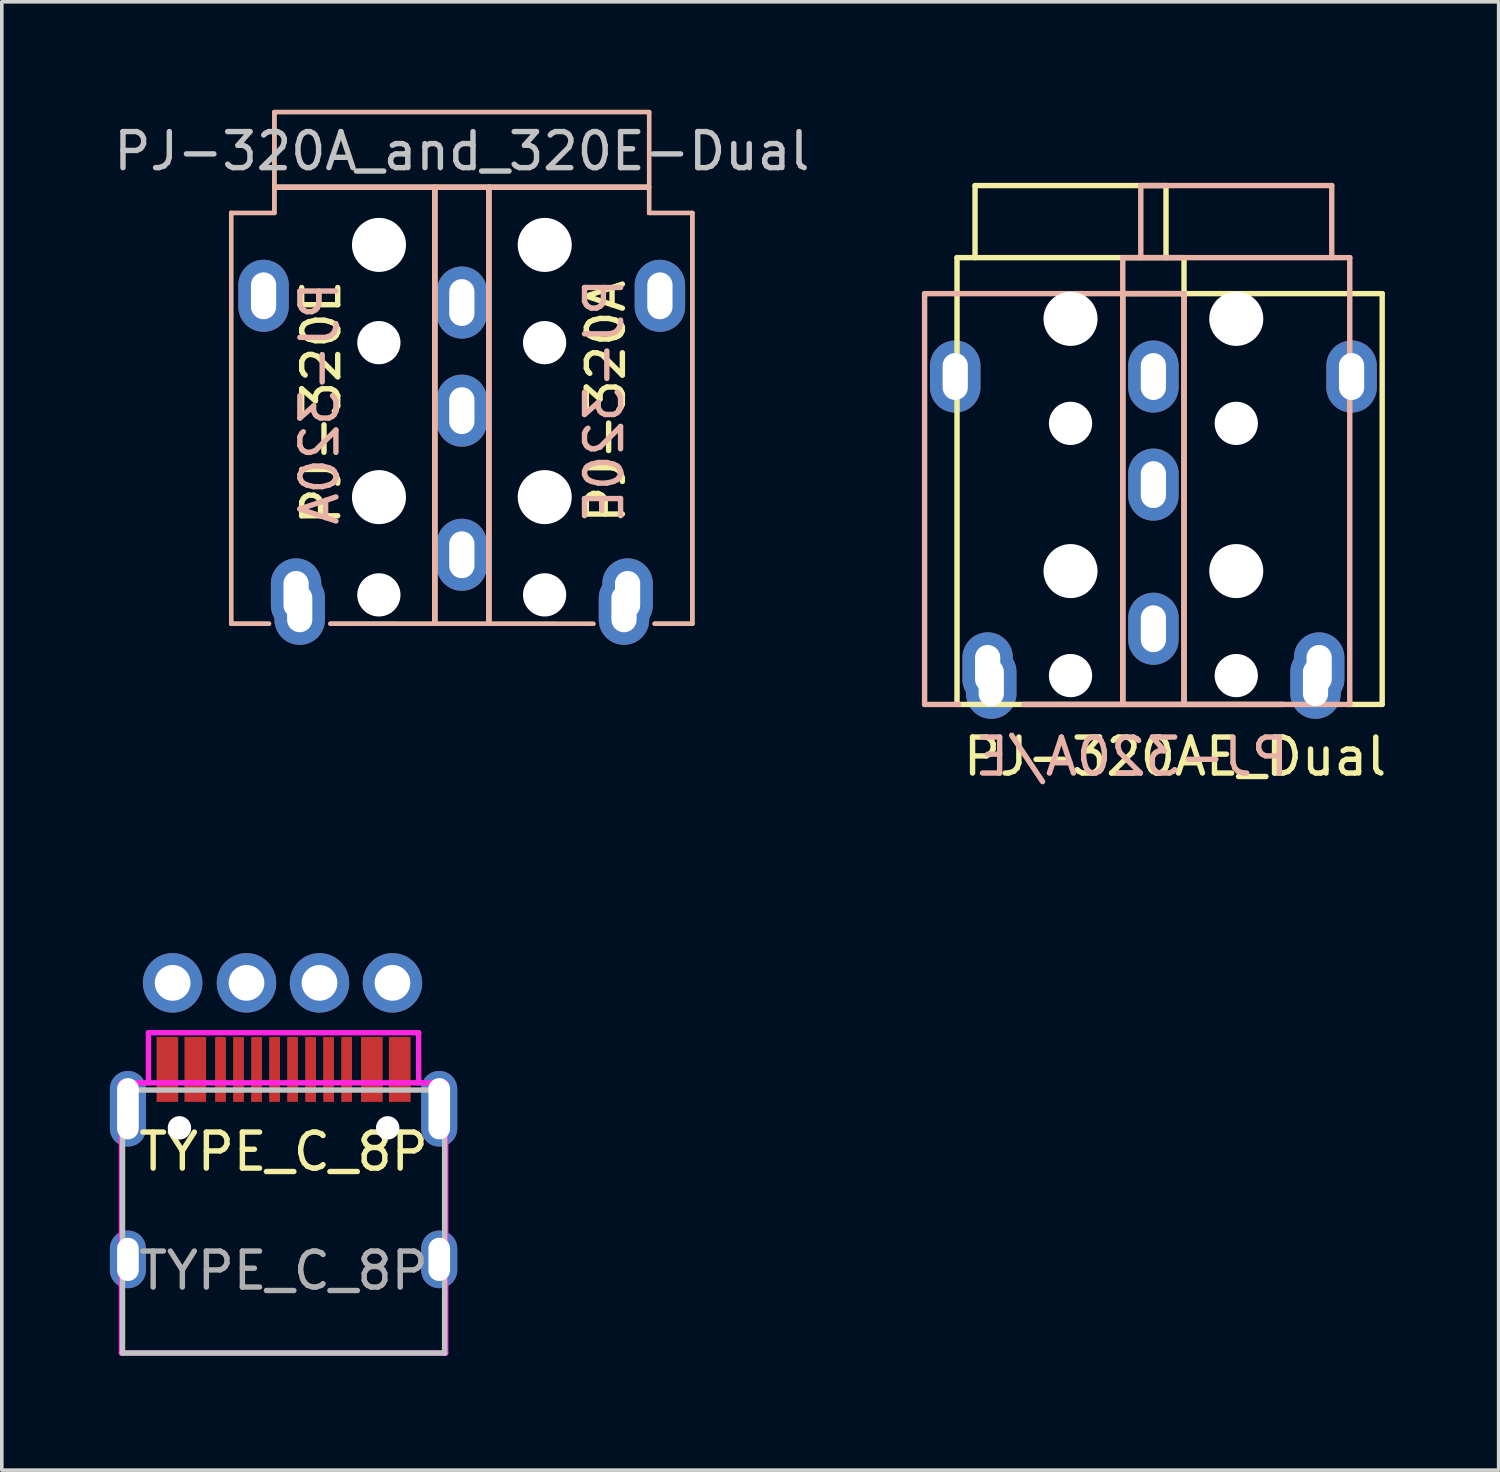
<source format=kicad_pcb>
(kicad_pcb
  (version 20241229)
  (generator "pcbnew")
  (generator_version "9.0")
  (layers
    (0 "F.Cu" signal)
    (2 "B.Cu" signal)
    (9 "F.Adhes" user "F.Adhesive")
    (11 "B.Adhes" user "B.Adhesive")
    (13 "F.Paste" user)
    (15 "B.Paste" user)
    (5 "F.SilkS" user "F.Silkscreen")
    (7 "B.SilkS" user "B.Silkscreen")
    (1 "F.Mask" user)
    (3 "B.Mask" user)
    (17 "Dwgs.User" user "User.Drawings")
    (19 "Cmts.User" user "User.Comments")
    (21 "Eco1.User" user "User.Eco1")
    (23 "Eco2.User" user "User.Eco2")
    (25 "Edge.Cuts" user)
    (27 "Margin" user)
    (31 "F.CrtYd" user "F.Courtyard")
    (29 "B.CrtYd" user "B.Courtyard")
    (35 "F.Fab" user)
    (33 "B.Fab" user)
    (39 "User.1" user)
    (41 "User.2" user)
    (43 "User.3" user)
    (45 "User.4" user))
  (footprint "TYPE_C_8P"
    (layer "F.Cu")
    (at 4.82 34.502)
    (property "Reference" "TYPE_C_8P" (at 0 -5.588 0) (layer "F.SilkS") (effects (font (size 1 1) (thickness 0.15))))
    (attr smd)
    (fp_line (start -4.47 -7.3) (end 4.47 -7.3) (stroke (width 0.15) (type solid)) (layer "Dwgs.User"))
    (fp_line (start -4.47 0) (end -4.47 -7.3) (stroke (width 0.15) (type solid)) (layer "Dwgs.User"))
    (fp_line (start -4.47 0) (end 4.47 0) (stroke (width 0.15) (type solid)) (layer "Dwgs.User"))
    (fp_line (start 4.47 0) (end 4.47 -7.3) (stroke (width 0.15) (type solid)) (layer "Dwgs.User"))
    (fp_line (start -4.5 -7.5) (end 4.5 -7.5) (stroke (width 0.15) (type solid)) (layer "F.CrtYd"))
    (fp_line (start -4.5 0) (end -4.5 -7.5) (stroke (width 0.15) (type solid)) (layer "F.CrtYd"))
    (fp_line (start -3.75 -7.5) (end -3.75 -8.89) (stroke (width 0.15) (type solid)) (layer "F.CrtYd"))
    (fp_line (start -3.747 -8.89) (end 3.753 -8.89) (stroke (width 0.15) (type solid)) (layer "F.CrtYd"))
    (fp_line (start 3.747 -8.89) (end 3.75 -7.5) (stroke (width 0.15) (type solid)) (layer "F.CrtYd"))
    (fp_line (start 4.5 -7.5) (end 4.5 0) (stroke (width 0.15) (type solid)) (layer "F.CrtYd"))
    (fp_line (start 4.5 0) (end -4.5 0) (stroke (width 0.15) (type solid)) (layer "F.CrtYd"))
    (fp_text user "N" (at -1.029 -11.855 0) (layer "Eco2.User") (effects (font (size 1 1) (thickness 0.15))))
    (fp_text user "V" (at -3.079 -11.855 0) (layer "Eco2.User") (effects (font (size 1 1) (thickness 0.15))))
    (fp_text user "Top View" (at 0 -4.064 0) (layer "Eco2.User") (effects (font (size 1 1) (thickness 0.15))))
    (fp_text user "G" (at 3.022 -11.855 0) (layer "Eco2.User") (effects (font (size 1 1) (thickness 0.15))))
    (fp_text user "P" (at 0.997 -11.855 0) (layer "Eco2.User") (effects (font (size 1 1) (thickness 0.15))))
    (fp_text user "${REFERENCE}" (at 0 -2.286 0) (layer "F.Fab") (effects (font (size 1 1) (thickness 0.15))))
    (pad "" np_thru_hole circle (at -2.89 -6.25) (size 0.65 0.65) (drill 0.65) (layers "*.Cu" "*.Mask"))
    (pad "" np_thru_hole circle (at 2.89 -6.25) (size 0.65 0.65) (drill 0.65) (layers "*.Cu" "*.Mask"))
    (pad "1" smd rect (at -3.225 -7.87) (size 0.6 1.8) (layers "F.Cu" "F.Mask" "F.Paste"))
    (pad "2" thru_hole circle (at -3.079 -10.274) (size 1.651 1.651) (drill 0.991) (layers "*.Cu" "*.Mask"))
    (pad "2" smd rect (at -2.45 -7.87) (size 0.6 1.8) (layers "F.Cu" "F.Mask" "F.Paste"))
    (pad "3" smd rect (at -1.75 -7.87) (size 0.3 1.8) (layers "F.Cu" "F.Mask" "F.Paste"))
    (pad "4" smd rect (at -1.25 -7.87) (size 0.3 1.8) (layers "F.Cu" "F.Mask" "F.Paste"))
    (pad "5" thru_hole circle (at -1.029 -10.274) (size 1.651 1.651) (drill 0.991) (layers "*.Cu" "*.Mask"))
    (pad "5" smd custom (at -0.75 -7.87) (size 0.3 1.8) (layers "F.Cu" "F.Mask" "F.Paste") (options (anchor rect)) (primitives))
    (pad "6" smd rect (at -0.25 -7.87) (size 0.3 1.8) (layers "F.Cu" "F.Mask" "F.Paste"))
    (pad "7" smd rect (at 0.25 -7.87) (size 0.3 1.8) (layers "F.Cu" "F.Mask" "F.Paste"))
    (pad "8" smd rect (at 0.75 -7.87) (size 0.3 1.8) (layers "F.Cu" "F.Mask" "F.Paste"))
    (pad "8" thru_hole circle (at 0.997 -10.274) (size 1.651 1.651) (drill 0.991) (layers "*.Cu" "*.Mask"))
    (pad "9" smd rect (at 1.25 -7.87) (size 0.3 1.8) (layers "F.Cu" "F.Mask" "F.Paste"))
    (pad "10" smd rect (at 1.75 -7.87) (size 0.3 1.8) (layers "F.Cu" "F.Mask" "F.Paste"))
    (pad "11" smd rect (at 2.45 -7.87) (size 0.6 1.8) (layers "F.Cu" "F.Mask" "F.Paste"))
    (pad "12" thru_hole circle (at 3.022 -10.274) (size 1.651 1.651) (drill 0.991) (layers "*.Cu" "*.Mask"))
    (pad "12" smd rect (at 3.225 -7.87) (size 0.6 1.8) (layers "F.Cu" "F.Mask" "F.Paste"))
    (pad "13" thru_hole oval (at -4.32 -6.78) (size 1 2.1) (drill oval 0.6 1.7) (layers "*.Cu" "*.Mask"))
    (pad "13" thru_hole oval (at -4.32 -2.6) (size 1 1.6) (drill oval 0.6 1.2) (layers "*.Cu" "*.Mask"))
    (pad "13" thru_hole oval (at 4.32 -6.78) (size 1 2.1) (drill oval 0.6 1.7) (layers "*.Cu" "*.Mask"))
    (pad "13" thru_hole oval (at 4.32 -2.6) (size 1 1.6) (drill oval 0.6 1.2) (layers "*.Cu" "*.Mask")))
  (footprint "PJ-320A_and_320E-Dual"
    (layer "F.Cu")
    (at 9.768 2.147)
    (property "Reference" "PJ-320A_and_320E-Dual" (at 0 -1 0) (layer "Dwgs.User") (effects (font (size 1 1) (thickness 0.15))))
    (attr through_hole)
    (fp_line (start -6.403 0.713) (end -6.403 12.113) (stroke (width 0.12) (type solid)) (layer "F.SilkS"))
    (fp_line (start -6.403 12.113) (end -5.35 12.113) (stroke (width 0.12) (type solid)) (layer "F.SilkS"))
    (fp_line (start -5.203 -2.087) (end 5.197 -2.087) (stroke (width 0.12) (type solid)) (layer "F.SilkS"))
    (fp_line (start -5.203 0.713) (end -6.403 0.713) (stroke (width 0.12) (type solid)) (layer "F.SilkS"))
    (fp_line (start -5.203 0.713) (end -5.203 -2.087) (stroke (width 0.12) (type solid)) (layer "F.SilkS"))
    (fp_line (start -3.65 12.113) (end 3.65 12.116) (stroke (width 0.12) (type solid)) (layer "F.SilkS"))
    (fp_line (start -0.75 0) (end -0.75 12.09) (stroke (width 0.15) (type solid)) (layer "F.SilkS"))
    (fp_line (start 0.75 0) (end 0.75 12.09) (stroke (width 0.15) (type solid)) (layer "F.SilkS"))
    (fp_line (start 5.182 0) (end -5.182 0) (stroke (width 0.15) (type solid)) (layer "F.SilkS"))
    (fp_line (start 5.197 0.713) (end 5.197 -2.087) (stroke (width 0.12) (type solid)) (layer "F.SilkS"))
    (fp_line (start 5.197 0.713) (end 6.397 0.713) (stroke (width 0.12) (type solid)) (layer "F.SilkS"))
    (fp_line (start 6.397 0.713) (end 6.397 12.113) (stroke (width 0.12) (type solid)) (layer "F.SilkS"))
    (fp_line (start 6.397 12.113) (end 5.35 12.113) (stroke (width 0.12) (type solid)) (layer "F.SilkS"))
    (fp_line (start -6.403 0.713) (end -6.403 12.113) (stroke (width 0.12) (type solid)) (layer "B.SilkS"))
    (fp_line (start -6.403 12.113) (end -5.35 12.113) (stroke (width 0.12) (type solid)) (layer "B.SilkS"))
    (fp_line (start -5.203 -2.087) (end 5.197 -2.087) (stroke (width 0.12) (type solid)) (layer "B.SilkS"))
    (fp_line (start -5.203 0.713) (end -6.403 0.713) (stroke (width 0.12) (type solid)) (layer "B.SilkS"))
    (fp_line (start -5.203 0.713) (end -5.203 -2.087) (stroke (width 0.12) (type solid)) (layer "B.SilkS"))
    (fp_line (start -5.182 0) (end 5.182 0) (stroke (width 0.15) (type solid)) (layer "B.SilkS"))
    (fp_line (start -3.65 12.113) (end 3.65 12.116) (stroke (width 0.12) (type solid)) (layer "B.SilkS"))
    (fp_line (start -0.75 0) (end -0.75 12.09) (stroke (width 0.15) (type solid)) (layer "B.SilkS"))
    (fp_line (start 0.75 0) (end 0.75 12.09) (stroke (width 0.15) (type solid)) (layer "B.SilkS"))
    (fp_line (start 5.197 0.713) (end 5.197 -2.087) (stroke (width 0.12) (type solid)) (layer "B.SilkS"))
    (fp_line (start 5.197 0.713) (end 6.397 0.713) (stroke (width 0.12) (type solid)) (layer "B.SilkS"))
    (fp_line (start 6.397 0.713) (end 6.397 12.113) (stroke (width 0.12) (type solid)) (layer "B.SilkS"))
    (fp_line (start 6.397 12.113) (end 5.35 12.113) (stroke (width 0.12) (type solid)) (layer "B.SilkS"))
    (fp_text user "PJ-320E" (at -3.9 5.974 90) (layer "F.SilkS") (effects (font (size 1 1) (thickness 0.15))))
    (fp_text user "PJ-320A" (at 4 5.95 270) (layer "F.SilkS") (effects (font (size 1 1) (thickness 0.15))))
    (fp_text user "PJ-320E" (at 3.95 5.925 270) (layer "B.SilkS") (effects (font (size 1 1) (thickness 0.15)) (justify mirror)))
    (fp_text user "PJ-320A" (at -3.95 6 90) (layer "B.SilkS") (effects (font (size 1 1) (thickness 0.15)) (justify mirror)))
    (pad "" np_thru_hole circle (at -2.303 4.313 90) (size 1.2 1.2) (drill 1.2) (layers "*.Cu" "*.Mask"))
    (pad "" np_thru_hole circle (at -2.303 11.313 90) (size 1.2 1.2) (drill 1.2) (layers "*.Cu" "*.Mask"))
    (pad "" np_thru_hole circle (at -2.3 1.6) (size 1.5 1.5) (drill 1.5) (layers "*.Cu" "*.Mask"))
    (pad "" np_thru_hole circle (at -2.3 8.6) (size 1.5 1.5) (drill 1.5) (layers "*.Cu" "*.Mask"))
    (pad "" np_thru_hole circle (at 2.297 4.313 270) (size 1.2 1.2) (drill 1.2) (layers "*.Cu" "*.Mask"))
    (pad "" np_thru_hole circle (at 2.297 11.313 270) (size 1.2 1.2) (drill 1.2) (layers "*.Cu" "*.Mask"))
    (pad "" np_thru_hole circle (at 2.3 1.6) (size 1.5 1.5) (drill 1.5) (layers "*.Cu" "*.Mask"))
    (pad "" np_thru_hole circle (at 2.3 8.6) (size 1.5 1.5) (drill 1.5) (layers "*.Cu" "*.Mask"))
    (pad "1" thru_hole oval (at -5.503 3.013) (size 1.4 2) (drill oval 0.7 1.3) (layers "*.Cu" "*.Mask"))
    (pad "1" thru_hole oval (at 5.497 3.013) (size 1.4 2) (drill oval 0.7 1.3) (layers "*.Cu" "*.Mask"))
    (pad "2" thru_hole oval (at 0 3.2) (size 1.4 2) (drill oval 0.7 1.3) (layers "*.Cu" "*.Mask"))
    (pad "3" thru_hole oval (at 0 6.2) (size 1.4 2) (drill oval 0.7 1.3) (layers "*.Cu" "*.Mask"))
    (pad "4" thru_hole oval (at 0 10.2) (size 1.4 2) (drill oval 0.7 1.3) (layers "*.Cu" "*.Mask"))
    (pad "5" thru_hole oval (at -4.6 11.3) (size 1.4 2) (drill oval 0.7 1.3) (layers "*.Cu" "*.Mask"))
    (pad "5" thru_hole oval (at -4.5 11.7) (size 1.4 2) (drill oval 0.7 1.3) (layers "*.Cu" "*.Mask"))
    (pad "5" thru_hole oval (at 4.5 11.7) (size 1.4 2) (drill oval 0.7 1.3) (layers "*.Cu" "*.Mask"))
    (pad "5" thru_hole oval (at 4.6 11.3) (size 1.4 2) (drill oval 0.7 1.3) (layers "*.Cu" "*.Mask")))
  (footprint "PJ-320AE_Dual"
    (layer "F.Cu")
    (at 30.111 0.25)
    (property "Reference" "PJ-320AE_Dual" (at -0.55 17.7 180) (layer "F.SilkS") (effects (font (size 1 1) (thickness 0.15))))
    (attr through_hole)
    (fp_line (start -6.6 3.85) (end -0.3 3.85) (stroke (width 0.15) (type solid)) (layer "F.SilkS"))
    (fp_line (start -6.6 16.25) (end -6.6 3.85) (stroke (width 0.15) (type solid)) (layer "F.SilkS"))
    (fp_line (start -6.6 16.25) (end 2.45 16.25) (stroke (width 0.15) (type solid)) (layer "F.SilkS"))
    (fp_line (start -6.1 1.85) (end -6.1 3.85) (stroke (width 0.15) (type solid)) (layer "F.SilkS"))
    (fp_line (start -6.1 1.85) (end -0.8 1.85) (stroke (width 0.15) (type solid)) (layer "F.SilkS"))
    (fp_line (start -2 4.85) (end -2 16.25) (stroke (width 0.15) (type solid)) (layer "F.SilkS"))
    (fp_line (start -0.8 1.85) (end -0.8 3.85) (stroke (width 0.15) (type solid)) (layer "F.SilkS"))
    (fp_line (start -0.3 3.85) (end -0.3 16.25) (stroke (width 0.15) (type solid)) (layer "F.SilkS"))
    (fp_line (start 4.25 16.25) (end 5.2 16.25) (stroke (width 0.15) (type solid)) (layer "F.SilkS"))
    (fp_line (start 5.2 4.85) (end -2 4.85) (stroke (width 0.15) (type solid)) (layer "F.SilkS"))
    (fp_line (start 5.2 16.25) (end 5.2 4.85) (stroke (width 0.15) (type solid)) (layer "F.SilkS"))
    (fp_line (start -7.5 4.85) (end -0.3 4.85) (stroke (width 0.15) (type solid)) (layer "B.SilkS"))
    (fp_line (start -7.5 16.25) (end -7.5 4.85) (stroke (width 0.15) (type solid)) (layer "B.SilkS"))
    (fp_line (start -6.55 16.25) (end -7.5 16.25) (stroke (width 0.15) (type solid)) (layer "B.SilkS"))
    (fp_line (start -2 3.85) (end -2 16.25) (stroke (width 0.15) (type solid)) (layer "B.SilkS"))
    (fp_line (start -1.5 1.85) (end -1.5 3.85) (stroke (width 0.15) (type solid)) (layer "B.SilkS"))
    (fp_line (start -0.3 4.85) (end -0.3 16.25) (stroke (width 0.15) (type solid)) (layer "B.SilkS"))
    (fp_line (start 3.8 1.85) (end -1.5 1.85) (stroke (width 0.15) (type solid)) (layer "B.SilkS"))
    (fp_line (start 3.8 1.85) (end 3.8 3.85) (stroke (width 0.15) (type solid)) (layer "B.SilkS"))
    (fp_line (start 4.3 3.85) (end -2 3.85) (stroke (width 0.15) (type solid)) (layer "B.SilkS"))
    (fp_line (start 4.3 16.25) (end -4.75 16.25) (stroke (width 0.15) (type solid)) (layer "B.SilkS"))
    (fp_line (start 4.3 16.25) (end 4.3 3.85) (stroke (width 0.15) (type solid)) (layer "B.SilkS"))
    (fp_text user "PJ-320A/E" (at -1.75 17.7 180) (layer "B.SilkS") (effects (font (size 1 1) (thickness 0.15)) (justify mirror)))
    (pad "" thru_hole oval (at -6.65 7.15 180) (size 1.4 2) (drill oval 0.7 1.3) (layers "*.Cu" "*.Mask"))
    (pad "" thru_hole oval (at -5.75 15.25) (size 1.4 2) (drill oval 0.7 1.3) (layers "*.Cu" "*.Mask"))
    (pad "" thru_hole oval (at -5.65 15.65 180) (size 1.4 2) (drill oval 0.7 1.3) (layers "*.Cu" "*.Mask"))
    (pad "" np_thru_hole circle (at -3.45 5.55) (size 1.5 1.5) (drill 1.5) (layers "*.Cu" "*.Mask"))
    (pad "" np_thru_hole circle (at -3.45 8.45 180) (size 1.2 1.2) (drill 1.2) (layers "*.Cu" "*.Mask"))
    (pad "" np_thru_hole circle (at -3.45 12.55) (size 1.5 1.5) (drill 1.5) (layers "*.Cu" "*.Mask"))
    (pad "" np_thru_hole circle (at -3.45 15.45 180) (size 1.2 1.2) (drill 1.2) (layers "*.Cu" "*.Mask"))
    (pad "" thru_hole oval (at -1.15 7.15) (size 1.4 2) (drill oval 0.7 1.3) (layers "*.Cu" "*.Mask"))
    (pad "" thru_hole oval (at -1.15 10.15) (size 1.4 2) (drill oval 0.7 1.3) (layers "*.Cu" "*.Mask"))
    (pad "" thru_hole oval (at -1.15 14.15) (size 1.4 2) (drill oval 0.7 1.3) (layers "*.Cu" "*.Mask"))
    (pad "" np_thru_hole circle (at 1.15 5.55 180) (size 1.5 1.5) (drill 1.5) (layers "*.Cu" "*.Mask"))
    (pad "" np_thru_hole circle (at 1.15 8.45) (size 1.2 1.2) (drill 1.2) (layers "*.Cu" "*.Mask"))
    (pad "" np_thru_hole circle (at 1.15 12.55 180) (size 1.5 1.5) (drill 1.5) (layers "*.Cu" "*.Mask"))
    (pad "" np_thru_hole circle (at 1.15 15.45) (size 1.2 1.2) (drill 1.2) (layers "*.Cu" "*.Mask"))
    (pad "" thru_hole oval (at 3.35 15.65) (size 1.4 2) (drill oval 0.7 1.3) (layers "*.Cu" "*.Mask"))
    (pad "" thru_hole oval (at 3.45 15.25 180) (size 1.4 2) (drill oval 0.7 1.3) (layers "*.Cu" "*.Mask"))
    (pad "" thru_hole oval (at 4.35 7.15) (size 1.4 2) (drill oval 0.7 1.3) (layers "*.Cu" "*.Mask")))
  (gr_rect
    (start -3 -3)
    (end 38.543 37.752)
    (stroke (width 0.1) (type default))
    (fill no)
    (layer "Edge.Cuts")))
</source>
